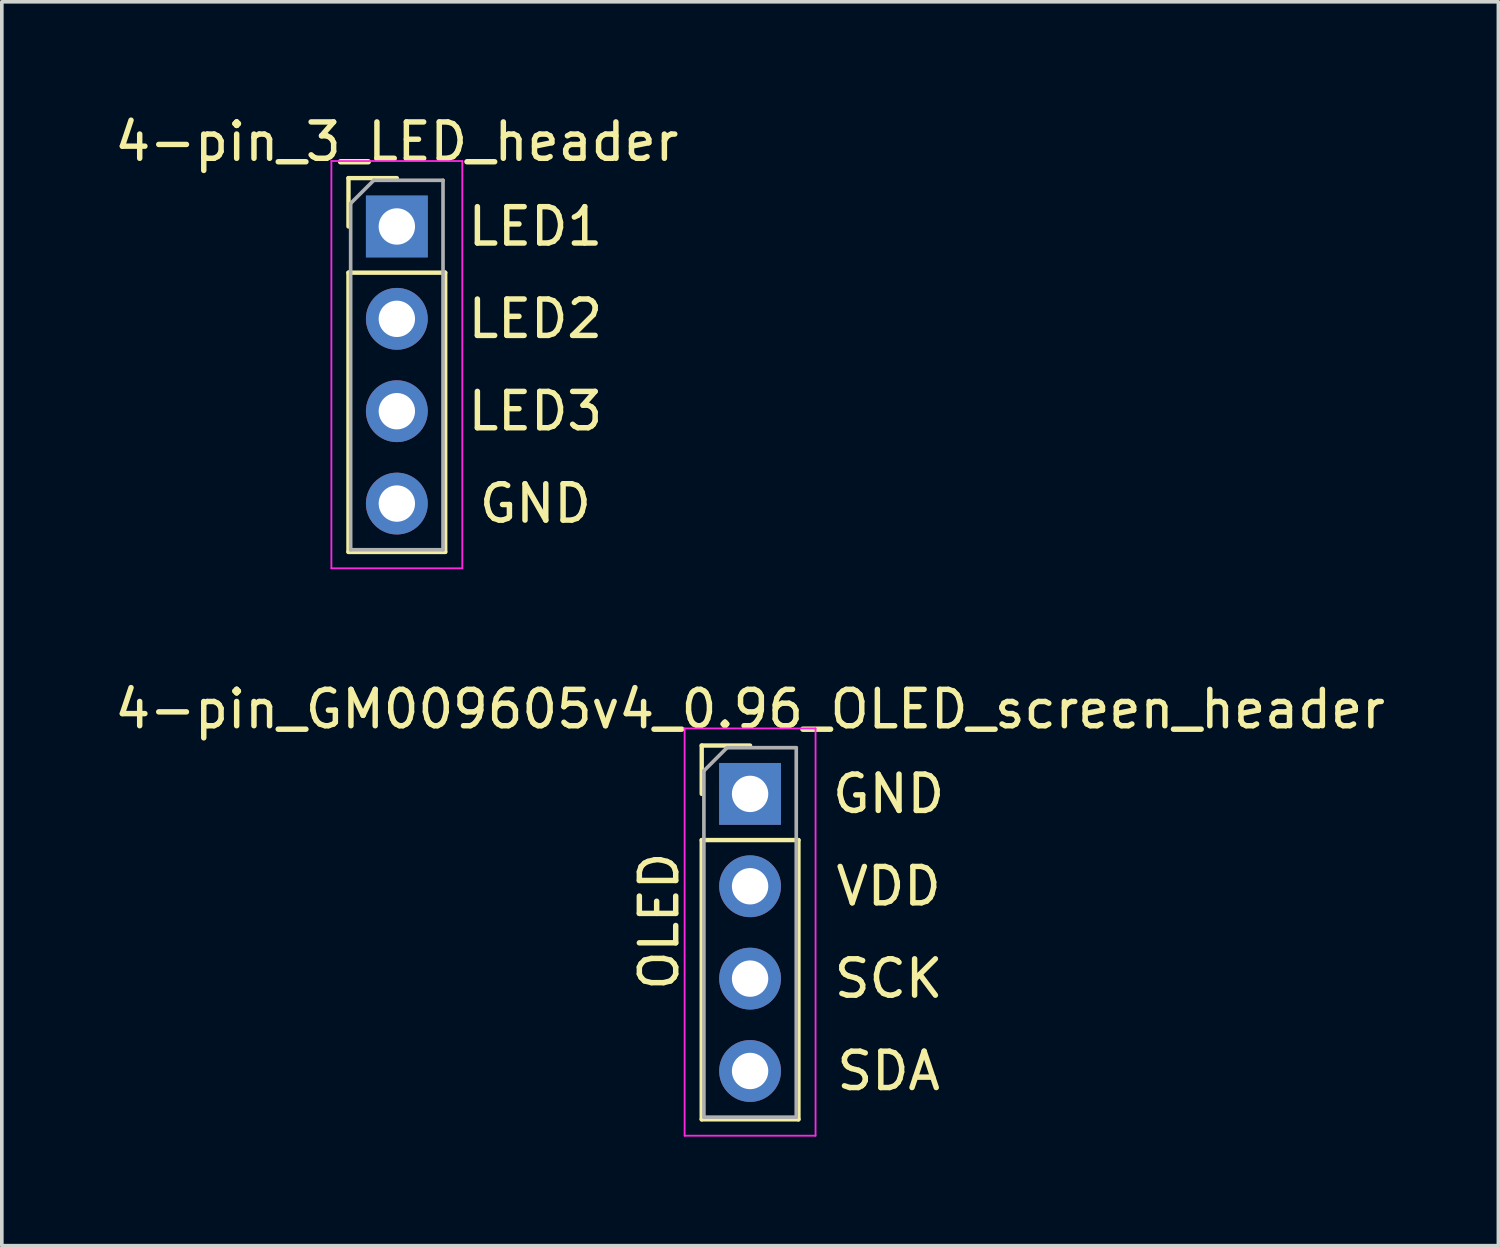
<source format=kicad_pcb>
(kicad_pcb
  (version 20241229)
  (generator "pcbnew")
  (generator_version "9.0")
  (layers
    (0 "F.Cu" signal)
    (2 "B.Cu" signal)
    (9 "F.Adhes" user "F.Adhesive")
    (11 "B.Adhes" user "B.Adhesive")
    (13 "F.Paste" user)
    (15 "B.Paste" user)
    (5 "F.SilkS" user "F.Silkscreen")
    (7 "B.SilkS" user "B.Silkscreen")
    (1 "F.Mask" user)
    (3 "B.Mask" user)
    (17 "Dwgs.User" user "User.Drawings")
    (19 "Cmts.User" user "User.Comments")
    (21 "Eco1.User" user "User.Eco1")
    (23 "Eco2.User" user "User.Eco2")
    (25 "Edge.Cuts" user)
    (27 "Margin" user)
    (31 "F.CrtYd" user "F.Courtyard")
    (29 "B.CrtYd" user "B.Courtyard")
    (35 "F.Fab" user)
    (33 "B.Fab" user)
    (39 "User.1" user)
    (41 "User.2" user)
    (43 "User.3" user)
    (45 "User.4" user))
  (footprint "4-pin_GM009605v4_0.96_OLED_screen_header"
    (layer "F.Cu")
    (at 17.577 18.782)
    (property "Reference" "4-pin_GM009605v4_0.96_OLED_screen_header" (at 0 -2.33 0) (layer "F.SilkS") (effects (font (size 1 1) (thickness 0.15))))
    (attr through_hole)
    (fp_line (start -1.33 -1.33) (end 0 -1.33) (stroke (width 0.12) (type solid)) (layer "F.SilkS"))
    (fp_line (start -1.33 0) (end -1.33 -1.33) (stroke (width 0.12) (type solid)) (layer "F.SilkS"))
    (fp_line (start -1.33 1.27) (end -1.33 8.95) (stroke (width 0.12) (type solid)) (layer "F.SilkS"))
    (fp_line (start -1.33 1.27) (end 1.33 1.27) (stroke (width 0.12) (type solid)) (layer "F.SilkS"))
    (fp_line (start -1.33 8.95) (end 1.33 8.95) (stroke (width 0.12) (type solid)) (layer "F.SilkS"))
    (fp_line (start 1.33 1.27) (end 1.33 8.95) (stroke (width 0.12) (type solid)) (layer "F.SilkS"))
    (fp_line (start -1.8 -1.8) (end -1.8 9.4) (stroke (width 0.05) (type solid)) (layer "F.CrtYd"))
    (fp_line (start -1.8 9.4) (end 1.8 9.4) (stroke (width 0.05) (type solid)) (layer "F.CrtYd"))
    (fp_line (start 1.8 -1.8) (end -1.8 -1.8) (stroke (width 0.05) (type solid)) (layer "F.CrtYd"))
    (fp_line (start 1.8 9.4) (end 1.8 -1.8) (stroke (width 0.05) (type solid)) (layer "F.CrtYd"))
    (fp_line (start -1.27 -0.635) (end -0.635 -1.27) (stroke (width 0.1) (type solid)) (layer "F.Fab"))
    (fp_line (start -1.27 8.89) (end -1.27 -0.635) (stroke (width 0.1) (type solid)) (layer "F.Fab"))
    (fp_line (start -0.635 -1.27) (end 1.27 -1.27) (stroke (width 0.1) (type solid)) (layer "F.Fab"))
    (fp_line (start 1.27 -1.27) (end 1.27 8.89) (stroke (width 0.1) (type solid)) (layer "F.Fab"))
    (fp_line (start 1.27 8.89) (end -1.27 8.89) (stroke (width 0.1) (type solid)) (layer "F.Fab"))
    (fp_text user "SCK" (at 3.81 5.08 0) (layer "F.SilkS") (effects (font (size 1 1) (thickness 0.15))))
    (fp_text user "GND" (at 3.81 0 0) (layer "F.SilkS") (effects (font (size 1 1) (thickness 0.15))))
    (fp_text user "VDD" (at 3.81 2.54 0) (layer "F.SilkS") (effects (font (size 1 1) (thickness 0.15))))
    (fp_text user "OLED" (at -2.5 3.5 90) (layer "F.SilkS") (effects (font (size 1 1) (thickness 0.15))))
    (fp_text user "SDA" (at 3.81 7.62 0) (layer "F.SilkS") (effects (font (size 1 1) (thickness 0.15))))
    (pad "1" thru_hole rect (at 0 0) (size 1.7 1.7) (drill 1) (layers "*.Cu" "*.Mask"))
    (pad "2" thru_hole oval (at 0 2.54) (size 1.7 1.7) (drill 1) (layers "*.Cu" "*.Mask"))
    (pad "3" thru_hole oval (at 0 5.08) (size 1.7 1.7) (drill 1) (layers "*.Cu" "*.Mask"))
    (pad "4" thru_hole oval (at 0 7.62) (size 1.7 1.7) (drill 1) (layers "*.Cu" "*.Mask")))
  (footprint "4-pin_3_LED_header"
    (layer "F.Cu")
    (at 7.863 3.178)
    (property "Reference" "4-pin_3_LED_header" (at 0 -2.33 0) (layer "F.SilkS") (effects (font (size 1 1) (thickness 0.15))))
    (attr through_hole)
    (fp_line (start -1.33 -1.33) (end 0 -1.33) (stroke (width 0.12) (type solid)) (layer "F.SilkS"))
    (fp_line (start -1.33 0) (end -1.33 -1.33) (stroke (width 0.12) (type solid)) (layer "F.SilkS"))
    (fp_line (start -1.33 1.27) (end -1.33 8.95) (stroke (width 0.12) (type solid)) (layer "F.SilkS"))
    (fp_line (start -1.33 1.27) (end 1.33 1.27) (stroke (width 0.12) (type solid)) (layer "F.SilkS"))
    (fp_line (start -1.33 8.95) (end 1.33 8.95) (stroke (width 0.12) (type solid)) (layer "F.SilkS"))
    (fp_line (start 1.33 1.27) (end 1.33 8.95) (stroke (width 0.12) (type solid)) (layer "F.SilkS"))
    (fp_line (start -1.8 -1.8) (end -1.8 9.4) (stroke (width 0.05) (type solid)) (layer "F.CrtYd"))
    (fp_line (start -1.8 9.4) (end 1.8 9.4) (stroke (width 0.05) (type solid)) (layer "F.CrtYd"))
    (fp_line (start 1.8 -1.8) (end -1.8 -1.8) (stroke (width 0.05) (type solid)) (layer "F.CrtYd"))
    (fp_line (start 1.8 9.4) (end 1.8 -1.8) (stroke (width 0.05) (type solid)) (layer "F.CrtYd"))
    (fp_line (start -1.27 -0.635) (end -0.635 -1.27) (stroke (width 0.1) (type solid)) (layer "F.Fab"))
    (fp_line (start -1.27 8.89) (end -1.27 -0.635) (stroke (width 0.1) (type solid)) (layer "F.Fab"))
    (fp_line (start -0.635 -1.27) (end 1.27 -1.27) (stroke (width 0.1) (type solid)) (layer "F.Fab"))
    (fp_line (start 1.27 -1.27) (end 1.27 8.89) (stroke (width 0.1) (type solid)) (layer "F.Fab"))
    (fp_line (start 1.27 8.89) (end -1.27 8.89) (stroke (width 0.1) (type solid)) (layer "F.Fab"))
    (fp_text user "GND" (at 3.81 7.62 0) (layer "F.SilkS") (effects (font (size 1 1) (thickness 0.15))))
    (fp_text user "LED1" (at 3.81 0 0) (layer "F.SilkS") (effects (font (size 1 1) (thickness 0.15))))
    (fp_text user "LED3" (at 3.81 5.08 0) (layer "F.SilkS") (effects (font (size 1 1) (thickness 0.15))))
    (fp_text user "LED2" (at 3.81 2.54 0) (layer "F.SilkS") (effects (font (size 1 1) (thickness 0.15))))
    (pad "1" thru_hole rect (at 0 0) (size 1.7 1.7) (drill 1) (layers "*.Cu" "*.Mask"))
    (pad "2" thru_hole oval (at 0 2.54) (size 1.7 1.7) (drill 1) (layers "*.Cu" "*.Mask"))
    (pad "3" thru_hole oval (at 0 5.08) (size 1.7 1.7) (drill 1) (layers "*.Cu" "*.Mask"))
    (pad "4" thru_hole oval (at 0 7.62) (size 1.7 1.7) (drill 1) (layers "*.Cu" "*.Mask")))
  (gr_rect
    (start -3 -3)
    (end 38.155 31.206)
    (stroke (width 0.1) (type default))
    (fill no)
    (layer "Edge.Cuts")))
</source>
